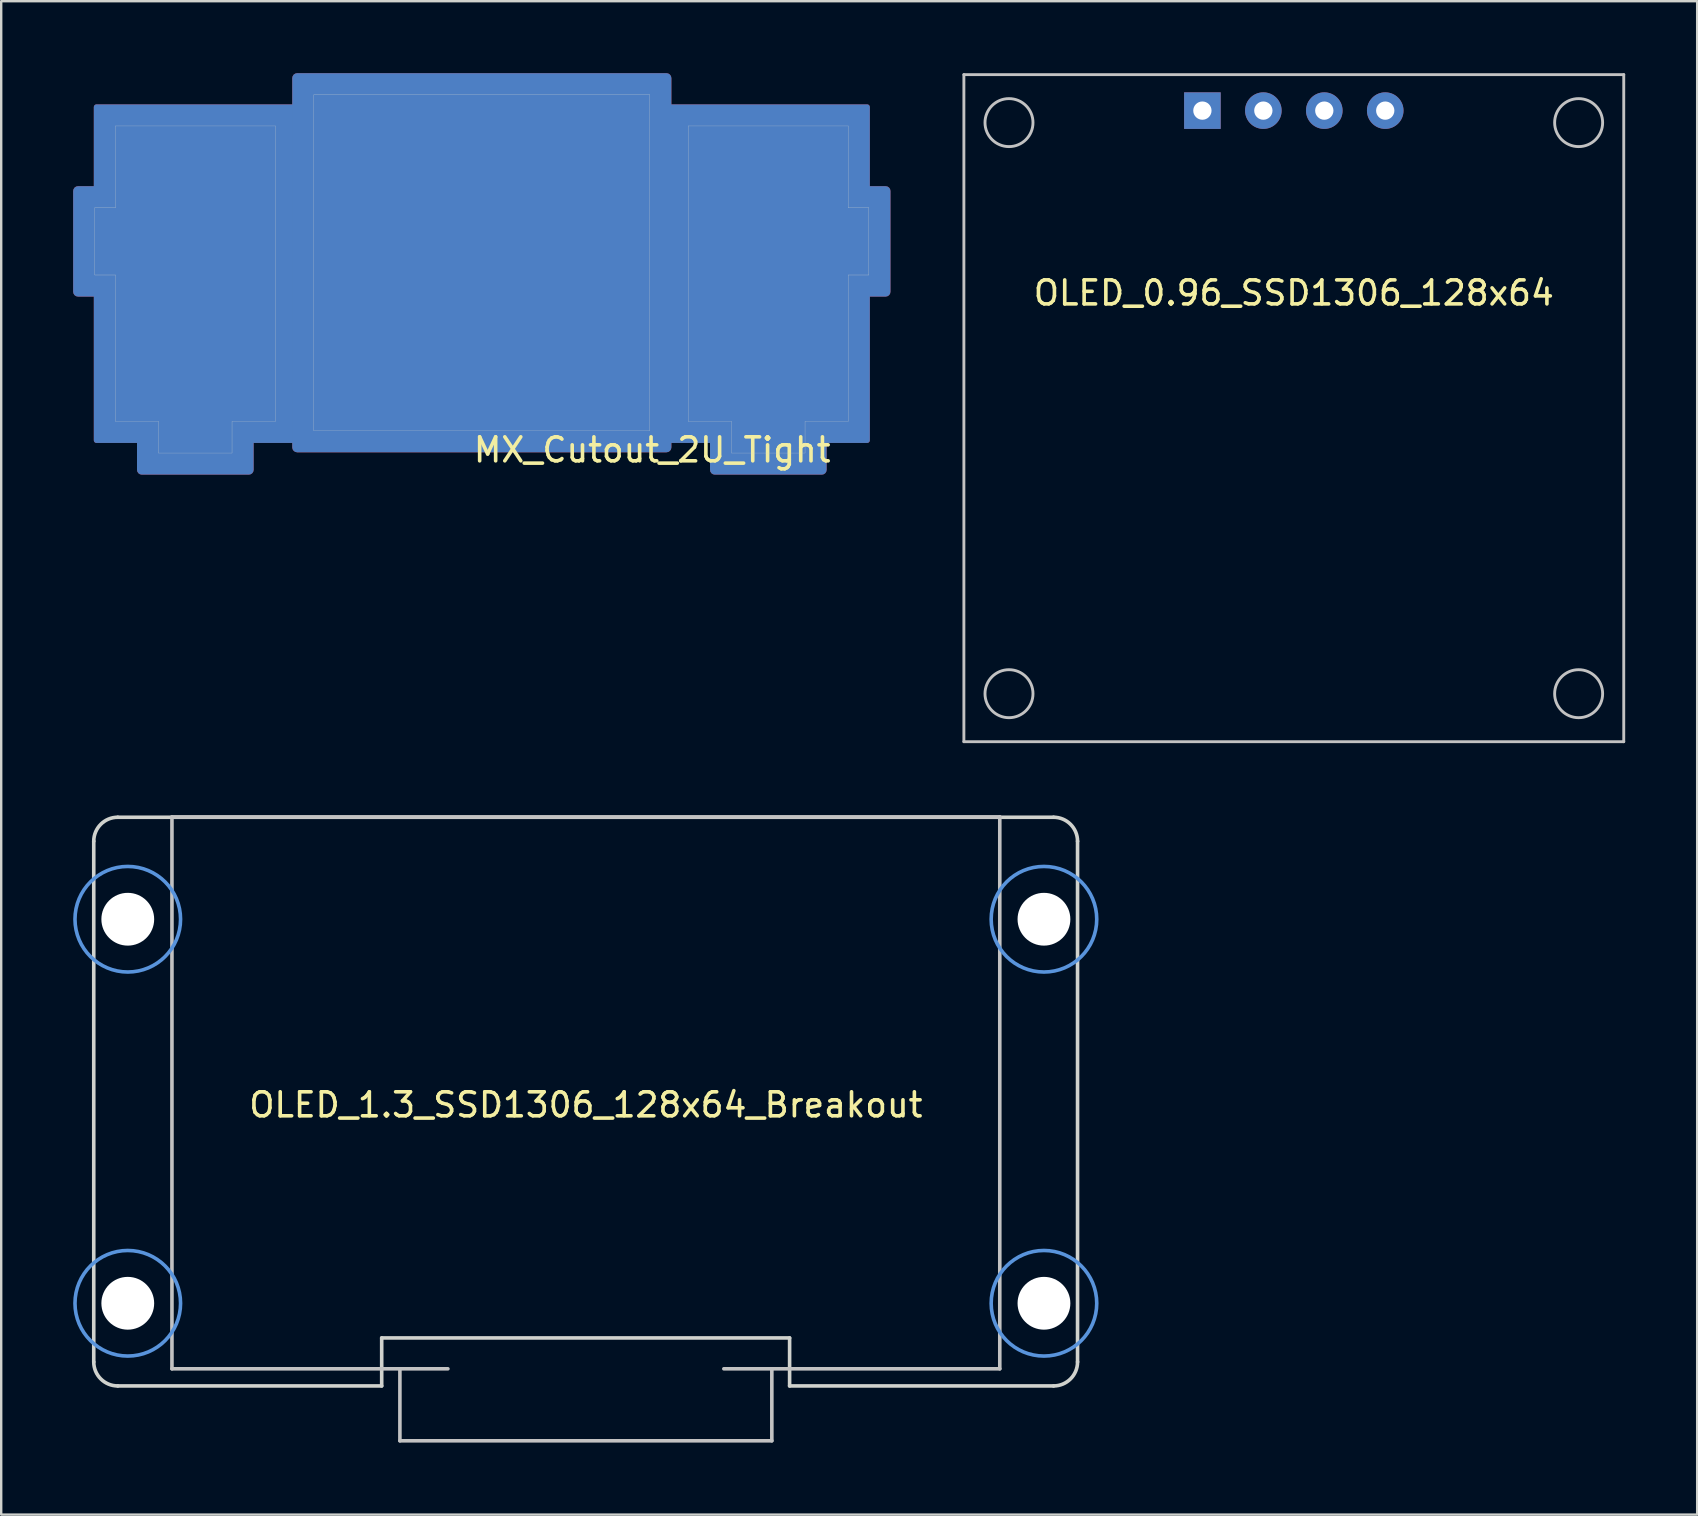
<source format=kicad_pcb>
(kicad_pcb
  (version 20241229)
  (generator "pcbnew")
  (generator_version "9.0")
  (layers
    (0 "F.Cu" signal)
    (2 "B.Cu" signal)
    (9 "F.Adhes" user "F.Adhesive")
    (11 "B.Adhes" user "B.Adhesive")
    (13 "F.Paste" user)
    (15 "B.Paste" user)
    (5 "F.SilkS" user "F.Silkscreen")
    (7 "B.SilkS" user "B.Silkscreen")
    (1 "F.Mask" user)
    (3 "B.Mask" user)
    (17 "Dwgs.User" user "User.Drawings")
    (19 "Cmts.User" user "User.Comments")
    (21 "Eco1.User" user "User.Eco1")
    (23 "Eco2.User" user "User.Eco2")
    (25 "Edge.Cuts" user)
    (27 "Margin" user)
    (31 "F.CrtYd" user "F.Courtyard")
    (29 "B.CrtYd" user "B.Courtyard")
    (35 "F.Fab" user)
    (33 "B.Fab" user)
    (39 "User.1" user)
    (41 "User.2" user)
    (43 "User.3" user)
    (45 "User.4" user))
  (footprint "OLED_0.96_SSD1306_128x64"
    (layer "F.Cu")
    (at 50.87 1.56)
    (property "Reference" "OLED_0.96_SSD1306_128x64" (at 0 7.6 0) (layer "F.SilkS") (effects (font (size 1 1) (thickness 0.15))))
    (attr through_hole)
    (fp_line (start -13.75 -1.5) (end 13.75 -1.5) (stroke (width 0.12) (type solid)) (layer "Dwgs.User"))
    (fp_line (start -13.75 26.3) (end -13.75 -1.5) (stroke (width 0.12) (type solid)) (layer "Dwgs.User"))
    (fp_line (start -13.75 26.3) (end 13.75 26.3) (stroke (width 0.12) (type solid)) (layer "Dwgs.User"))
    (fp_line (start 13.75 26.3) (end 13.75 -1.5) (stroke (width 0.12) (type solid)) (layer "Dwgs.User"))
    (fp_circle (center -11.87 0.5) (end -10.87 0.5) (stroke (width 0.12) (type solid)) (fill no) (layer "Dwgs.User"))
    (fp_circle (center -11.87 24.3) (end -10.87 24.3) (stroke (width 0.12) (type solid)) (fill no) (layer "Dwgs.User"))
    (fp_circle (center 11.87 0.5) (end 12.87 0.5) (stroke (width 0.12) (type solid)) (fill no) (layer "Dwgs.User"))
    (fp_circle (center 11.87 24.3) (end 12.87 24.3) (stroke (width 0.12) (type solid)) (fill no) (layer "Dwgs.User"))
    (pad "1" thru_hole rect (at -3.81 0) (size 1.524 1.524) (drill 0.762) (layers "*.Cu" "*.Mask"))
    (pad "2" thru_hole circle (at -1.27 0) (size 1.524 1.524) (drill 0.762) (layers "*.Cu" "*.Mask"))
    (pad "3" thru_hole circle (at 1.27 0) (size 1.524 1.524) (drill 0.762) (layers "*.Cu" "*.Mask"))
    (pad "4" thru_hole circle (at 3.81 0) (size 1.524 1.524) (drill 0.762) (layers "*.Cu" "*.Mask")))
  (footprint "MX_Cutout_2U_Tight"
    (layer "F.Cu")
    (at 17.03 7.9)
    (property "Reference" "MX_Cutout_2U_Tight" (at 7.1 7.8 0) (layer "F.SilkS") (effects (font (size 1 1) (thickness 0.15))))
    (attr through_hole)
    (fp_line (start -16.13 -2.29) (end -15.27 -2.29) (stroke (width 0.01) (type solid)) (layer "Edge.Cuts"))
    (fp_line (start -16.13 0.51) (end -16.13 -2.29) (stroke (width 0.01) (type solid)) (layer "Edge.Cuts"))
    (fp_line (start -16.13 0.51) (end -15.27 0.51) (stroke (width 0.01) (type solid)) (layer "Edge.Cuts"))
    (fp_line (start -15.27 -5.7) (end -8.6 -5.7) (stroke (width 0.01) (type solid)) (layer "Edge.Cuts"))
    (fp_line (start -15.27 -2.29) (end -15.27 -5.7) (stroke (width 0.01) (type solid)) (layer "Edge.Cuts"))
    (fp_line (start -15.27 6.61) (end -15.27 0.51) (stroke (width 0.01) (type solid)) (layer "Edge.Cuts"))
    (fp_line (start -15.27 6.61) (end -13.47 6.61) (stroke (width 0.01) (type solid)) (layer "Edge.Cuts"))
    (fp_line (start -13.47 7.93) (end -13.47 6.61) (stroke (width 0.01) (type solid)) (layer "Edge.Cuts"))
    (fp_line (start -13.47 7.93) (end -10.41 7.93) (stroke (width 0.01) (type solid)) (layer "Edge.Cuts"))
    (fp_line (start -10.41 6.61) (end -8.6 6.61) (stroke (width 0.01) (type solid)) (layer "Edge.Cuts"))
    (fp_line (start -10.41 7.93) (end -10.41 6.61) (stroke (width 0.01) (type solid)) (layer "Edge.Cuts"))
    (fp_line (start -8.6 6.61) (end -8.6 -5.7) (stroke (width 0.01) (type solid)) (layer "Edge.Cuts"))
    (fp_line (start -7 7) (end -7 -7) (stroke (width 0.01) (type solid)) (layer "Edge.Cuts"))
    (fp_line (start 7 -7) (end -7 -7) (stroke (width 0.01) (type solid)) (layer "Edge.Cuts"))
    (fp_line (start 7 7) (end -7 7) (stroke (width 0.01) (type solid)) (layer "Edge.Cuts"))
    (fp_line (start 7 7) (end 7 -7) (stroke (width 0.01) (type solid)) (layer "Edge.Cuts"))
    (fp_line (start 8.6 6.61) (end 8.6 -5.7) (stroke (width 0.01) (type solid)) (layer "Edge.Cuts"))
    (fp_line (start 10.41 6.61) (end 8.6 6.61) (stroke (width 0.01) (type solid)) (layer "Edge.Cuts"))
    (fp_line (start 10.41 7.93) (end 10.41 6.61) (stroke (width 0.01) (type solid)) (layer "Edge.Cuts"))
    (fp_line (start 13.47 7.93) (end 10.41 7.93) (stroke (width 0.01) (type solid)) (layer "Edge.Cuts"))
    (fp_line (start 13.47 7.93) (end 13.47 6.61) (stroke (width 0.01) (type solid)) (layer "Edge.Cuts"))
    (fp_line (start 15.27 -5.7) (end 8.6 -5.7) (stroke (width 0.01) (type solid)) (layer "Edge.Cuts"))
    (fp_line (start 15.27 -2.29) (end 15.27 -5.7) (stroke (width 0.01) (type solid)) (layer "Edge.Cuts"))
    (fp_line (start 15.27 6.61) (end 13.47 6.61) (stroke (width 0.01) (type solid)) (layer "Edge.Cuts"))
    (fp_line (start 15.27 6.61) (end 15.27 0.51) (stroke (width 0.01) (type solid)) (layer "Edge.Cuts"))
    (fp_line (start 16.13 -2.29) (end 15.27 -2.29) (stroke (width 0.01) (type solid)) (layer "Edge.Cuts"))
    (fp_line (start 16.13 0.51) (end 15.27 0.51) (stroke (width 0.01) (type solid)) (layer "Edge.Cuts"))
    (fp_line (start 16.13 0.51) (end 16.13 -2.29) (stroke (width 0.01) (type solid)) (layer "Edge.Cuts"))
    (pad "" smd roundrect (at -16.13 -0.89 270) (size 4.6 1.8) (layers "F.Cu" "F.Mask") (roundrect_rratio 0.111))
    (pad "" smd roundrect (at -16.13 -0.89 270) (size 4.6 1.8) (layers "B.Cu" "B.Mask") (roundrect_rratio 0.111))
    (pad "" smd roundrect (at -11.94 7.93) (size 4.86 1.8) (layers "F.Cu" "F.Mask") (roundrect_rratio 0.111))
    (pad "" smd roundrect (at -11.94 7.93 180) (size 4.86 1.8) (layers "B.Cu" "B.Mask") (roundrect_rratio 0.111))
    (pad "" smd roundrect (at -11.935 0.455) (size 8.47 14.11) (layers "F.Cu" "F.Mask") (roundrect_rratio 0.013))
    (pad "" smd roundrect (at -11.935 0.455 180) (size 8.47 14.11) (layers "B.Cu" "B.Mask") (roundrect_rratio 0.013))
    (pad "" smd roundrect (at 0 0) (size 15.8 15.8) (layers "F.Cu" "F.Mask") (roundrect_rratio 0.013))
    (pad "" smd roundrect (at 0 0 180) (size 15.8 15.8) (layers "B.Cu" "B.Mask") (roundrect_rratio 0.013))
    (pad "" smd roundrect (at 11.935 0.455) (size 8.47 14.11) (layers "F.Cu" "F.Mask") (roundrect_rratio 0.013))
    (pad "" smd roundrect (at 11.935 0.455 180) (size 8.47 14.11) (layers "B.Cu" "B.Mask") (roundrect_rratio 0.013))
    (pad "" smd roundrect (at 11.94 7.93) (size 4.86 1.8) (layers "F.Cu" "F.Mask") (roundrect_rratio 0.111))
    (pad "" smd roundrect (at 11.94 7.93 180) (size 4.86 1.8) (layers "B.Cu" "B.Mask") (roundrect_rratio 0.111))
    (pad "" smd roundrect (at 16.13 -0.89 270) (size 4.6 1.8) (layers "F.Cu" "F.Mask") (roundrect_rratio 0.111))
    (pad "" smd roundrect (at 16.13 -0.89 270) (size 4.6 1.8) (layers "B.Cu" "B.Mask") (roundrect_rratio 0.111)))
  (footprint "OLED_1.3_SSD1306_128x64_Breakout"
    (layer "F.Cu")
    (at 21.366 42.495)
    (property "Reference" "OLED_1.3_SSD1306_128x64_Breakout" (at 0 0.5 0) (layer "F.SilkS") (effects (font (size 1 1) (thickness 0.15))))
    (attr through_hole)
    (fp_line (start -17.25 -11.5) (end 17.25 -11.5) (stroke (width 0.15) (type solid)) (layer "Dwgs.User"))
    (fp_line (start -17.25 11.5) (end -17.25 -11.5) (stroke (width 0.15) (type solid)) (layer "Dwgs.User"))
    (fp_line (start -17.25 11.5) (end -7.75 11.5) (stroke (width 0.15) (type solid)) (layer "Dwgs.User"))
    (fp_line (start -7.75 11.5) (end -7.75 14.5) (stroke (width 0.15) (type solid)) (layer "Dwgs.User"))
    (fp_line (start -7.75 14.5) (end 7.75 14.5) (stroke (width 0.15) (type solid)) (layer "Dwgs.User"))
    (fp_line (start -5.75 11.5) (end -7.75 11.5) (stroke (width 0.15) (type solid)) (layer "Dwgs.User"))
    (fp_line (start 5.75 11.5) (end 7.75 11.5) (stroke (width 0.15) (type solid)) (layer "Dwgs.User"))
    (fp_line (start 7.75 11.5) (end 7.75 14.5) (stroke (width 0.15) (type solid)) (layer "Dwgs.User"))
    (fp_line (start 7.75 11.5) (end 17.25 11.5) (stroke (width 0.15) (type solid)) (layer "Dwgs.User"))
    (fp_line (start 17.25 -11.5) (end 17.25 11.5) (stroke (width 0.15) (type solid)) (layer "Dwgs.User"))
    (fp_circle (center -19.091 -7.236) (end -21.291 -7.236) (stroke (width 0.15) (type solid)) (fill no) (layer "Cmts.User"))
    (fp_circle (center -19.091 8.769) (end -21.291 8.769) (stroke (width 0.15) (type solid)) (fill no) (layer "Cmts.User"))
    (fp_circle (center 19.091 -7.236) (end 21.291 -7.236) (stroke (width 0.15) (type solid)) (fill no) (layer "Cmts.User"))
    (fp_circle (center 19.091 8.769) (end 21.291 8.769) (stroke (width 0.15) (type solid)) (fill no) (layer "Cmts.User"))
    (fp_line (start -20.509 11.214) (end -20.509 -10.486) (stroke (width 0.15) (type solid)) (layer "Edge.Cuts"))
    (fp_line (start -19.509 12.214) (end -8.509 12.214) (stroke (width 0.15) (type solid)) (layer "Edge.Cuts"))
    (fp_line (start -8.509 10.214) (end 8.491 10.214) (stroke (width 0.15) (type solid)) (layer "Edge.Cuts"))
    (fp_line (start -8.509 12.214) (end -8.509 10.214) (stroke (width 0.15) (type solid)) (layer "Edge.Cuts"))
    (fp_line (start 8.491 10.214) (end 8.491 12.214) (stroke (width 0.15) (type solid)) (layer "Edge.Cuts"))
    (fp_line (start 8.491 12.214) (end 19.491 12.214) (stroke (width 0.15) (type solid)) (layer "Edge.Cuts"))
    (fp_line (start 19.491 -11.486) (end -19.509 -11.486) (stroke (width 0.15) (type solid)) (layer "Edge.Cuts"))
    (fp_line (start 20.491 11.214) (end 20.491 -10.486) (stroke (width 0.15) (type solid)) (layer "Edge.Cuts"))
    (fp_arc (start -20.509 -10.486) (mid -20.216107 -11.193107) (end -19.509 -11.486) (stroke (width 0.15) (type solid)) (layer "Edge.Cuts"))
    (fp_arc (start -19.509 12.214) (mid -20.216107 11.921107) (end -20.509 11.214) (stroke (width 0.15) (type solid)) (layer "Edge.Cuts"))
    (fp_arc (start 19.491 -11.486) (mid 20.198107 -11.193107) (end 20.491 -10.486) (stroke (width 0.15) (type solid)) (layer "Edge.Cuts"))
    (fp_arc (start 20.491 11.214) (mid 20.198107 11.921107) (end 19.491 12.214) (stroke (width 0.15) (type solid)) (layer "Edge.Cuts"))
    (pad "" np_thru_hole circle (at -19.091 -7.236 180) (size 2.2 2.2) (drill 2.2) (layers "*.Cu" "*.Mask"))
    (pad "" np_thru_hole circle (at -19.091 8.769 180) (size 2.2 2.2) (drill 2.2) (layers "*.Cu" "*.Mask"))
    (pad "" np_thru_hole circle (at 19.091 -7.236) (size 2.2 2.2) (drill 2.2) (layers "*.Cu" "*.Mask"))
    (pad "" np_thru_hole circle (at 19.091 8.769) (size 2.2 2.2) (drill 2.2) (layers "*.Cu" "*.Mask")))
  (gr_rect
    (start -3 -3)
    (end 67.68 60.07)
    (stroke (width 0.1) (type default))
    (fill no)
    (layer "Edge.Cuts")))
</source>
